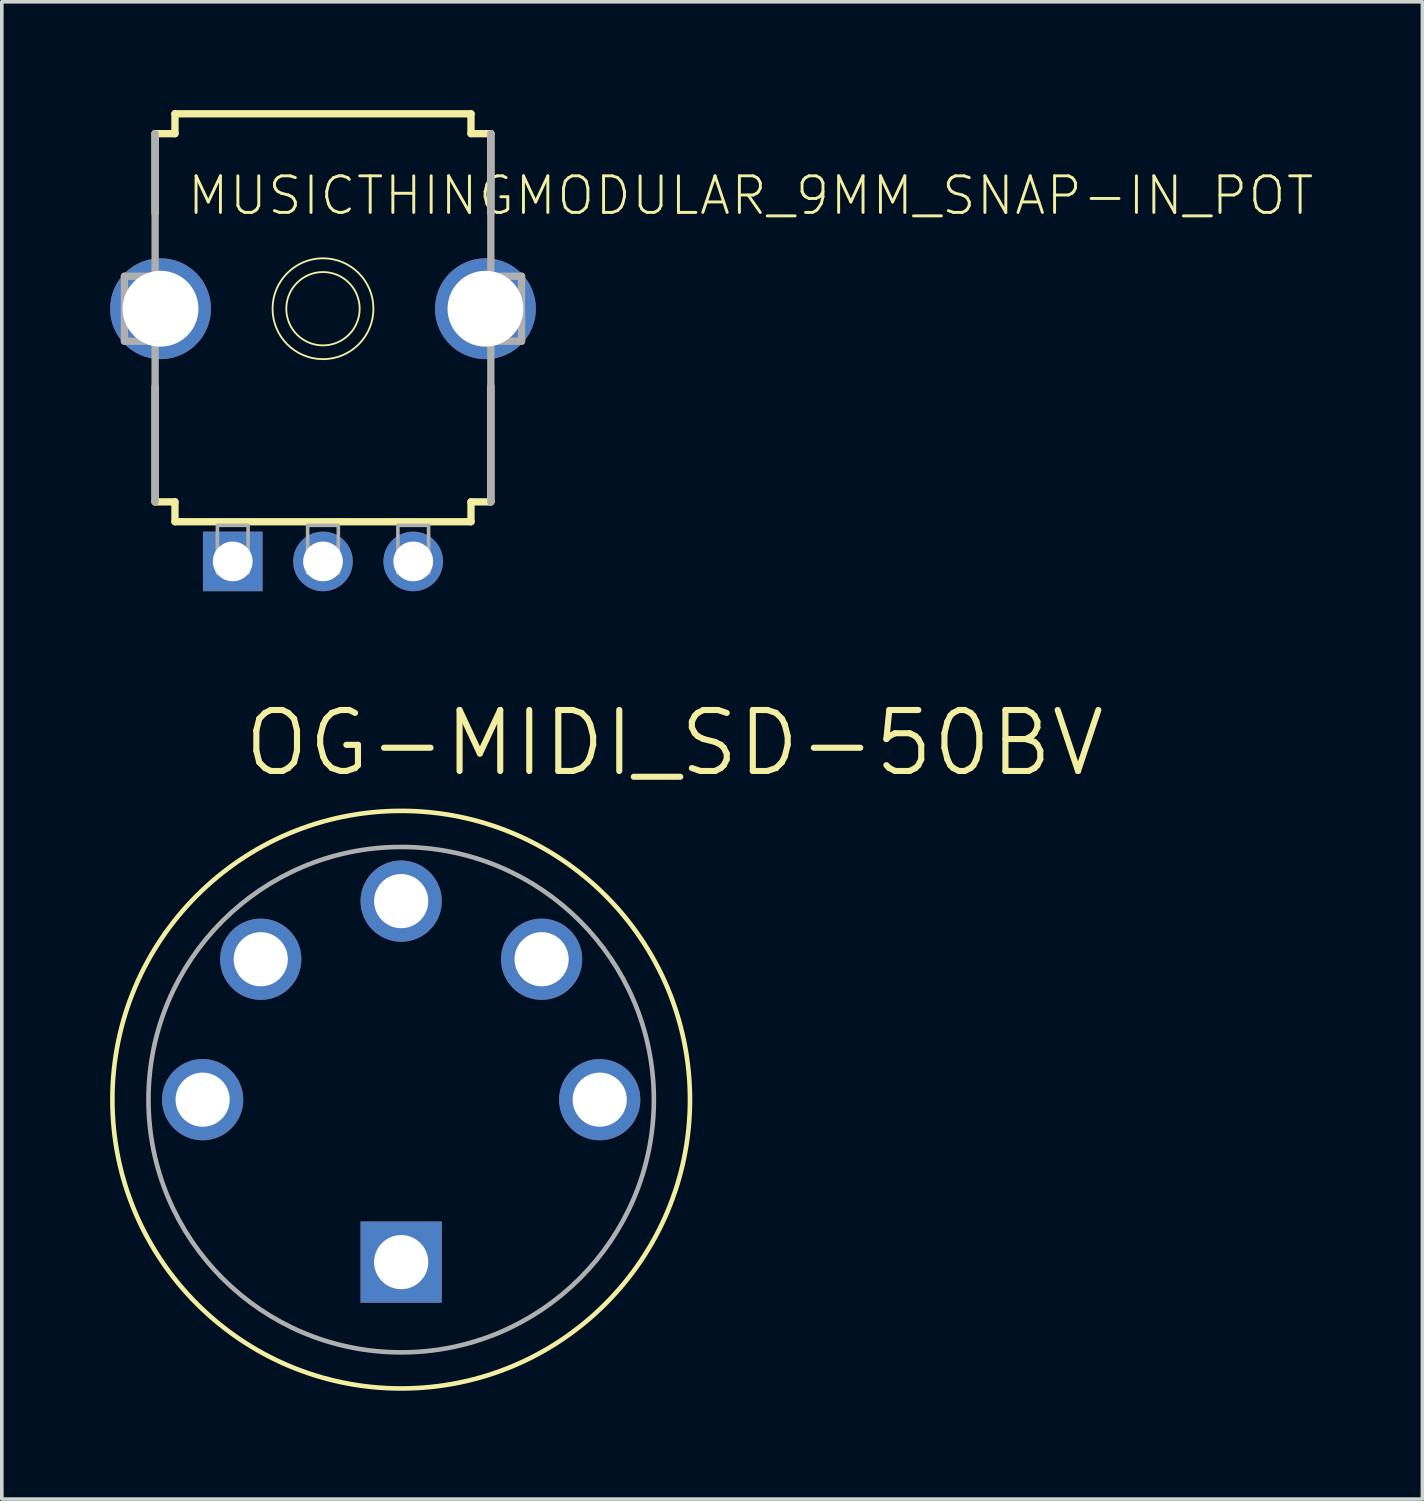
<source format=kicad_pcb>
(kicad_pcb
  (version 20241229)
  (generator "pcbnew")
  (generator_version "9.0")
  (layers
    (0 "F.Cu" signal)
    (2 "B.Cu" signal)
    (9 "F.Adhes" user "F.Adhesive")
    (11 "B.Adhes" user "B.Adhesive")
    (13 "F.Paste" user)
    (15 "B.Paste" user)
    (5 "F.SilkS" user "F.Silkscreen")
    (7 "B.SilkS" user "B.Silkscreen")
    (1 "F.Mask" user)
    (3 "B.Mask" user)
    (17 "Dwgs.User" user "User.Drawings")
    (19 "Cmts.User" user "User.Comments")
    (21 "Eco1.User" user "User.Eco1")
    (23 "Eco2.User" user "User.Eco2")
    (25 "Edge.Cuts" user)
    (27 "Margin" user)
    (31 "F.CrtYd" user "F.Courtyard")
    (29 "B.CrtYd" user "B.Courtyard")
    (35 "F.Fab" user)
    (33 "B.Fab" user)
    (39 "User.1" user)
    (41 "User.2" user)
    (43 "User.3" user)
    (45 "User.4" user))
  (footprint "MUSICTHINGMODULAR_9MM_SNAP-IN_POT"
    (layer "F.Cu")
    (at 5.897 5.502)
    (property "Reference" "MUSICTHINGMODULAR_9MM_SNAP-IN_POT" (at -3.81 -2.54 0) (layer "F.SilkS") (effects (font (size 1.013 1.013) (thickness 0.081)) (justify left bottom)))
    (attr through_hole)
    (fp_line (start -4.65 -2.65) (end -4.65 -4.85) (stroke (width 0.203) (type solid)) (layer "F.SilkS"))
    (fp_line (start -4.65 5.35) (end -4.65 2.15) (stroke (width 0.203) (type solid)) (layer "F.SilkS"))
    (fp_line (start -4.65 5.35) (end -4.1 5.35) (stroke (width 0.203) (type solid)) (layer "F.SilkS"))
    (fp_line (start -4.1 -5.4) (end -4.1 -4.85) (stroke (width 0.203) (type solid)) (layer "F.SilkS"))
    (fp_line (start -4.1 -5.4) (end 4.1 -5.4) (stroke (width 0.203) (type solid)) (layer "F.SilkS"))
    (fp_line (start -4.1 -4.85) (end -4.65 -4.85) (stroke (width 0.203) (type solid)) (layer "F.SilkS"))
    (fp_line (start -4.1 5.35) (end -4.1 5.9) (stroke (width 0.203) (type solid)) (layer "F.SilkS"))
    (fp_line (start 4.1 -4.85) (end 4.1 -5.4) (stroke (width 0.203) (type solid)) (layer "F.SilkS"))
    (fp_line (start 4.1 5.35) (end 4.65 5.35) (stroke (width 0.203) (type solid)) (layer "F.SilkS"))
    (fp_line (start 4.1 5.9) (end -4.1 5.9) (stroke (width 0.203) (type solid)) (layer "F.SilkS"))
    (fp_line (start 4.1 5.9) (end 4.1 5.35) (stroke (width 0.203) (type solid)) (layer "F.SilkS"))
    (fp_line (start 4.65 -4.85) (end 4.1 -4.85) (stroke (width 0.203) (type solid)) (layer "F.SilkS"))
    (fp_line (start 4.65 -4.85) (end 4.65 -2.65) (stroke (width 0.203) (type solid)) (layer "F.SilkS"))
    (fp_line (start 4.65 2.15) (end 4.65 5.35) (stroke (width 0.203) (type solid)) (layer "F.SilkS"))
    (fp_circle (center 0 0) (end 1.016 0) (stroke (width 0.051) (type solid)) (fill no) (layer "F.SilkS"))
    (fp_circle (center 0 0) (end 1.397 0) (stroke (width 0.051) (type solid)) (fill no) (layer "F.SilkS"))
    (fp_line (start -5.5 -0.9) (end -5.5 0.9) (stroke (width 0.203) (type solid)) (layer "F.Fab"))
    (fp_line (start -5.5 0.9) (end -4.75 0.9) (stroke (width 0.203) (type solid)) (layer "F.Fab"))
    (fp_line (start -4.75 -0.9) (end -5.5 -0.9) (stroke (width 0.203) (type solid)) (layer "F.Fab"))
    (fp_line (start -4.65 5.35) (end -4.65 -4.85) (stroke (width 0.203) (type solid)) (layer "F.Fab"))
    (fp_line (start 4.65 -4.85) (end 4.65 5.35) (stroke (width 0.203) (type solid)) (layer "F.Fab"))
    (fp_line (start 4.75 0.9) (end 5.5 0.9) (stroke (width 0.203) (type solid)) (layer "F.Fab"))
    (fp_line (start 5.5 -0.9) (end 4.75 -0.9) (stroke (width 0.203) (type solid)) (layer "F.Fab"))
    (fp_line (start 5.5 0.9) (end 5.5 -0.9) (stroke (width 0.203) (type solid)) (layer "F.Fab"))
    (fp_poly (pts (xy -2.925 7.325) (xy -2.075 7.325) (xy -2.075 6) (xy -2.925 6)) (stroke (width 0.1) (type solid)) (fill no) (layer "F.Fab"))
    (fp_poly (pts (xy -0.425 7.325) (xy 0.425 7.325) (xy 0.425 6) (xy -0.425 6)) (stroke (width 0.1) (type solid)) (fill no) (layer "F.Fab"))
    (fp_poly (pts (xy 2.075 7.325) (xy 2.925 7.325) (xy 2.925 6) (xy 2.075 6)) (stroke (width 0.1) (type solid)) (fill no) (layer "F.Fab"))
    (pad "1" thru_hole rect (at -2.5 7 270) (size 1.65 1.65) (drill 1.1) (layers "*.Cu" "*.Mask"))
    (pad "2" thru_hole circle (at 0 7 270) (size 1.65 1.65) (drill 1.1) (layers "*.Cu" "*.Mask"))
    (pad "3" thru_hole circle (at 2.5 7 270) (size 1.65 1.65) (drill 1.1) (layers "*.Cu" "*.Mask"))
    (pad "CHASSIS1" thru_hole circle (at -4.5 0 270) (size 2.794 2.794) (drill 2.1) (layers "*.Cu" "*.Mask"))
    (pad "CHASSIS2" thru_hole circle (at 4.5 0 270) (size 2.794 2.794) (drill 2.1) (layers "*.Cu" "*.Mask")))
  (footprint "OG-MIDI_SD-50BV"
    (layer "F.Cu")
    (at 8.063 27.412)
    (property "Reference" "OG-MIDI_SD-50BV" (at -4.445 -8.89 180) (layer "F.SilkS") (effects (font (size 1.689 1.689) (thickness 0.169)) (justify left bottom)))
    (attr through_hole)
    (fp_circle (center 0 0) (end 8 0) (stroke (width 0.127) (type solid)) (fill no) (layer "F.SilkS"))
    (fp_circle (center 0 0) (end 7 0) (stroke (width 0.127) (type solid)) (fill no) (layer "F.Fab"))
    (pad "1" thru_hole circle (at -5.5 0) (size 2.25 2.25) (drill 1.5) (layers "*.Cu" "*.Mask"))
    (pad "2" thru_hole circle (at -3.89 -3.89) (size 2.25 2.25) (drill 1.5) (layers "*.Cu" "*.Mask"))
    (pad "3" thru_hole circle (at 0 -5.5 90) (size 2.25 2.25) (drill 1.5) (layers "*.Cu" "*.Mask"))
    (pad "4" thru_hole circle (at 3.89 -3.89) (size 2.25 2.25) (drill 1.5) (layers "*.Cu" "*.Mask"))
    (pad "5" thru_hole circle (at 5.5 0) (size 2.25 2.25) (drill 1.5) (layers "*.Cu" "*.Mask"))
    (pad "P$3" thru_hole rect (at 0 4.5) (size 2.25 2.25) (drill 1.5) (layers "*.Cu" "*.Mask")))
  (gr_rect
    (start -3 -3)
    (end 36.352 38.476)
    (stroke (width 0.1) (type default))
    (fill no)
    (layer "Edge.Cuts")))
</source>
